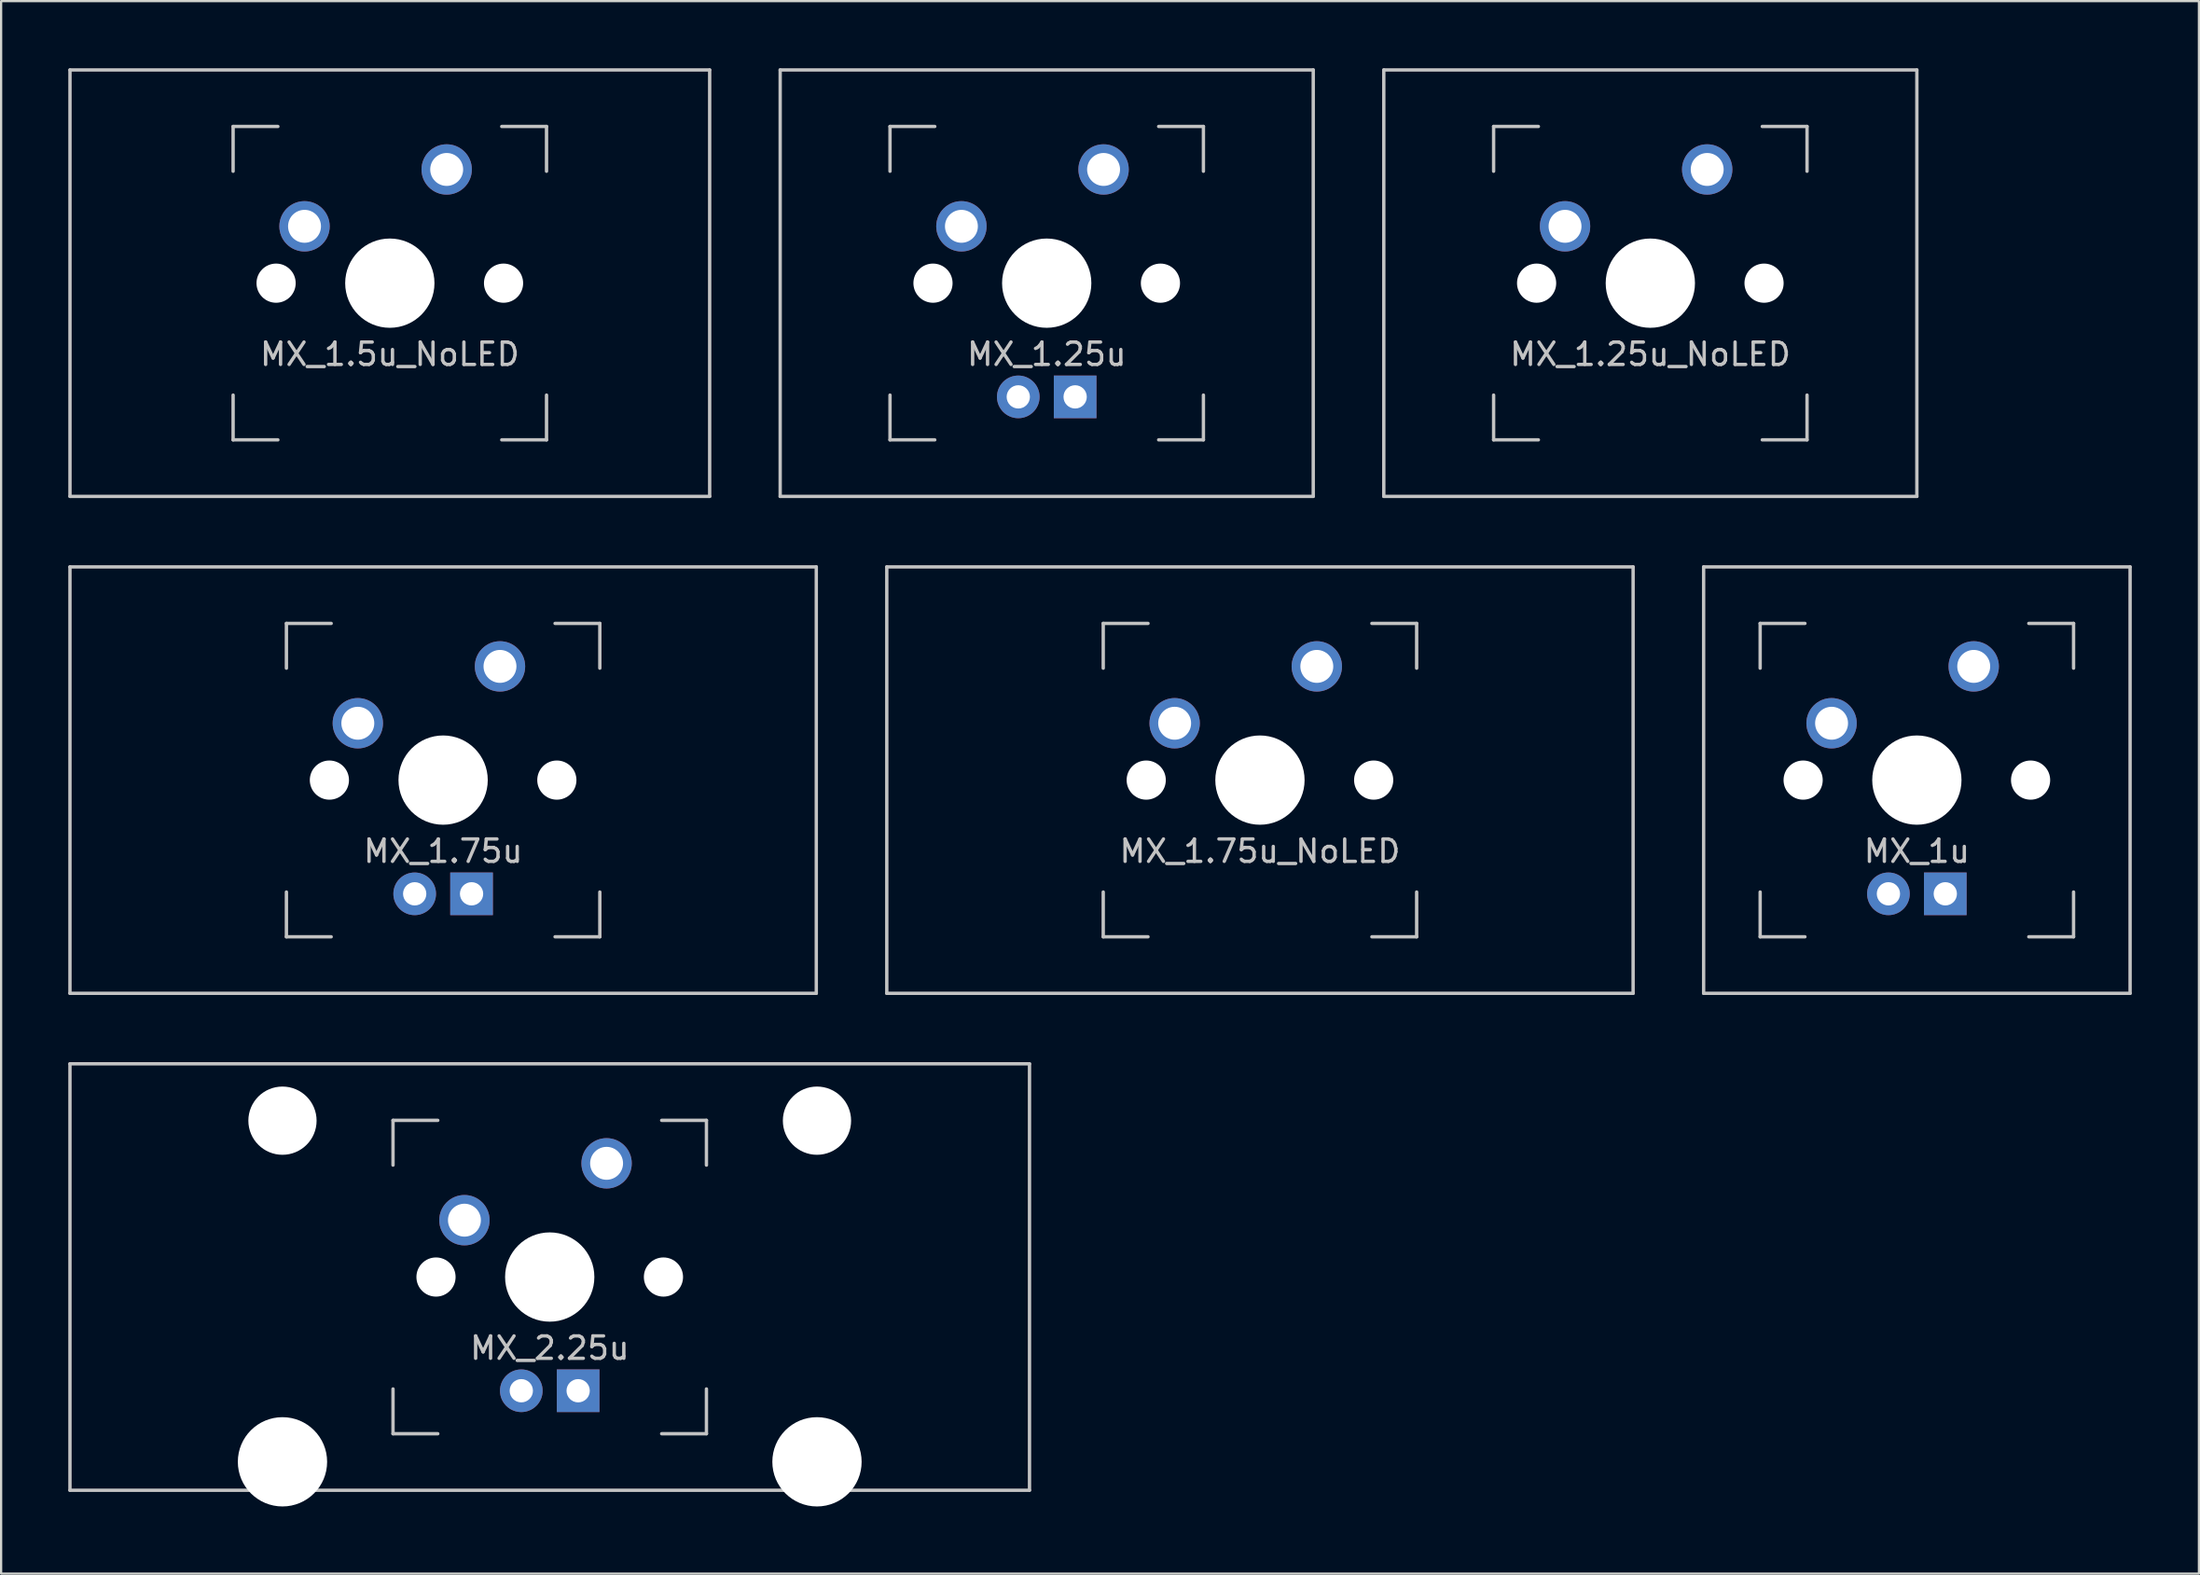
<source format=kicad_pcb>
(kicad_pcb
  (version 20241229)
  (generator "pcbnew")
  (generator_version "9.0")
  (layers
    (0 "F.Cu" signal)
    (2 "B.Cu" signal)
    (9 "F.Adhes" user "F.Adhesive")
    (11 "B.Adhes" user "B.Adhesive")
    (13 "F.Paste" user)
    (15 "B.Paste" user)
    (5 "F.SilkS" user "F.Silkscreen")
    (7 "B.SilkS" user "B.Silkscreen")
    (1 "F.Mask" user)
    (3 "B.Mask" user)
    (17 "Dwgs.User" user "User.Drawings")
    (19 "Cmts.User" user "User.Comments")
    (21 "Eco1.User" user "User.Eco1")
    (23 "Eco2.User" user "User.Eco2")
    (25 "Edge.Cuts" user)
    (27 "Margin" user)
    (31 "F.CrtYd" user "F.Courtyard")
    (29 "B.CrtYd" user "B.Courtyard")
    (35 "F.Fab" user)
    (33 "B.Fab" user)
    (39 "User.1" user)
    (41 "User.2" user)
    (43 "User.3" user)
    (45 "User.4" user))
  (footprint "MX_2.25u"
    (layer "F.Cu")
    (at 21.506 54)
    (property "Reference" "MX_2.25u" (at 0 3.175 0) (layer "Dwgs.User") (effects (font (size 1 1) (thickness 0.15))))
    (attr through_hole)
    (fp_line (start -21.431 -9.525) (end 21.431 -9.525) (stroke (width 0.15) (type solid)) (layer "Dwgs.User"))
    (fp_line (start -21.431 9.525) (end -21.431 -9.525) (stroke (width 0.15) (type solid)) (layer "Dwgs.User"))
    (fp_line (start -21.431 9.525) (end 21.431 9.525) (stroke (width 0.15) (type solid)) (layer "Dwgs.User"))
    (fp_line (start -7 -7) (end -7 -5) (stroke (width 0.15) (type solid)) (layer "Dwgs.User"))
    (fp_line (start -7 5) (end -7 7) (stroke (width 0.15) (type solid)) (layer "Dwgs.User"))
    (fp_line (start -7 7) (end -5 7) (stroke (width 0.15) (type solid)) (layer "Dwgs.User"))
    (fp_line (start -5 -7) (end -7 -7) (stroke (width 0.15) (type solid)) (layer "Dwgs.User"))
    (fp_line (start 5 -7) (end 7 -7) (stroke (width 0.15) (type solid)) (layer "Dwgs.User"))
    (fp_line (start 5 7) (end 7 7) (stroke (width 0.15) (type solid)) (layer "Dwgs.User"))
    (fp_line (start 7 -7) (end 7 -5) (stroke (width 0.15) (type solid)) (layer "Dwgs.User"))
    (fp_line (start 7 7) (end 7 5) (stroke (width 0.15) (type solid)) (layer "Dwgs.User"))
    (fp_line (start 21.431 -9.525) (end 21.431 9.525) (stroke (width 0.15) (type solid)) (layer "Dwgs.User"))
    (pad "" np_thru_hole circle (at -11.938 -6.985) (size 3.048 3.048) (drill 3.048) (layers "*.Cu" "*.Mask"))
    (pad "" np_thru_hole circle (at -11.938 8.255) (size 3.988 3.988) (drill 3.988) (layers "*.Cu" "*.Mask"))
    (pad "" np_thru_hole circle (at -5.08 0 48.1) (size 1.75 1.75) (drill 1.75) (layers "*.Cu" "*.Mask"))
    (pad "" np_thru_hole circle (at 0 0) (size 3.988 3.988) (drill 3.988) (layers "*.Cu" "*.Mask"))
    (pad "" np_thru_hole circle (at 5.08 0 48.1) (size 1.75 1.75) (drill 1.75) (layers "*.Cu" "*.Mask"))
    (pad "" np_thru_hole circle (at 11.938 -6.985) (size 3.048 3.048) (drill 3.048) (layers "*.Cu" "*.Mask"))
    (pad "" np_thru_hole circle (at 11.938 8.255) (size 3.988 3.988) (drill 3.988) (layers "*.Cu" "*.Mask"))
    (pad "1" thru_hole circle (at -3.81 -2.54) (size 2.25 2.25) (drill 1.47) (layers "*.Cu" "B.Mask"))
    (pad "2" thru_hole circle (at 2.54 -5.08) (size 2.25 2.25) (drill 1.47) (layers "*.Cu" "B.Mask"))
    (pad "3" thru_hole circle (at -1.27 5.08) (size 1.905 1.905) (drill 1.04) (layers "*.Cu" "B.Mask"))
    (pad "4" thru_hole rect (at 1.27 5.08) (size 1.905 1.905) (drill 1.04) (layers "*.Cu" "B.Mask")))
  (footprint "MX_1.75u"
    (layer "F.Cu")
    (at 16.744 31.8)
    (property "Reference" "MX_1.75u" (at 0 3.175 0) (layer "Dwgs.User") (effects (font (size 1 1) (thickness 0.15))))
    (attr through_hole)
    (fp_line (start -16.669 -9.525) (end 16.669 -9.525) (stroke (width 0.15) (type solid)) (layer "Dwgs.User"))
    (fp_line (start -16.669 9.525) (end -16.669 -9.525) (stroke (width 0.15) (type solid)) (layer "Dwgs.User"))
    (fp_line (start -16.669 9.525) (end 16.669 9.525) (stroke (width 0.15) (type solid)) (layer "Dwgs.User"))
    (fp_line (start -7 -7) (end -7 -5) (stroke (width 0.15) (type solid)) (layer "Dwgs.User"))
    (fp_line (start -7 5) (end -7 7) (stroke (width 0.15) (type solid)) (layer "Dwgs.User"))
    (fp_line (start -7 7) (end -5 7) (stroke (width 0.15) (type solid)) (layer "Dwgs.User"))
    (fp_line (start -5 -7) (end -7 -7) (stroke (width 0.15) (type solid)) (layer "Dwgs.User"))
    (fp_line (start 5 -7) (end 7 -7) (stroke (width 0.15) (type solid)) (layer "Dwgs.User"))
    (fp_line (start 5 7) (end 7 7) (stroke (width 0.15) (type solid)) (layer "Dwgs.User"))
    (fp_line (start 7 -7) (end 7 -5) (stroke (width 0.15) (type solid)) (layer "Dwgs.User"))
    (fp_line (start 7 7) (end 7 5) (stroke (width 0.15) (type solid)) (layer "Dwgs.User"))
    (fp_line (start 16.669 -9.525) (end 16.669 9.525) (stroke (width 0.15) (type solid)) (layer "Dwgs.User"))
    (pad "" np_thru_hole circle (at -5.08 0 48.1) (size 1.75 1.75) (drill 1.75) (layers "*.Cu" "*.Mask"))
    (pad "" np_thru_hole circle (at 0 0) (size 3.988 3.988) (drill 3.988) (layers "*.Cu" "*.Mask"))
    (pad "" np_thru_hole circle (at 5.08 0 48.1) (size 1.75 1.75) (drill 1.75) (layers "*.Cu" "*.Mask"))
    (pad "1" thru_hole circle (at -3.81 -2.54) (size 2.25 2.25) (drill 1.47) (layers "*.Cu" "B.Mask"))
    (pad "2" thru_hole circle (at 2.54 -5.08) (size 2.25 2.25) (drill 1.47) (layers "*.Cu" "B.Mask"))
    (pad "3" thru_hole circle (at -1.27 5.08) (size 1.905 1.905) (drill 1.04) (layers "*.Cu" "B.Mask"))
    (pad "4" thru_hole rect (at 1.27 5.08) (size 1.905 1.905) (drill 1.04) (layers "*.Cu" "B.Mask")))
  (footprint "MX_1.5u_NoLED"
    (layer "F.Cu")
    (at 14.363 9.6)
    (property "Reference" "MX_1.5u_NoLED" (at 0 3.175 0) (layer "Dwgs.User") (effects (font (size 1 1) (thickness 0.15))))
    (attr through_hole)
    (fp_line (start -14.287 -9.525) (end 14.287 -9.525) (stroke (width 0.15) (type solid)) (layer "Dwgs.User"))
    (fp_line (start -14.287 9.525) (end -14.287 -9.525) (stroke (width 0.15) (type solid)) (layer "Dwgs.User"))
    (fp_line (start -14.287 9.525) (end 14.287 9.525) (stroke (width 0.15) (type solid)) (layer "Dwgs.User"))
    (fp_line (start -7 -7) (end -7 -5) (stroke (width 0.15) (type solid)) (layer "Dwgs.User"))
    (fp_line (start -7 5) (end -7 7) (stroke (width 0.15) (type solid)) (layer "Dwgs.User"))
    (fp_line (start -7 7) (end -5 7) (stroke (width 0.15) (type solid)) (layer "Dwgs.User"))
    (fp_line (start -5 -7) (end -7 -7) (stroke (width 0.15) (type solid)) (layer "Dwgs.User"))
    (fp_line (start 5 -7) (end 7 -7) (stroke (width 0.15) (type solid)) (layer "Dwgs.User"))
    (fp_line (start 5 7) (end 7 7) (stroke (width 0.15) (type solid)) (layer "Dwgs.User"))
    (fp_line (start 7 -7) (end 7 -5) (stroke (width 0.15) (type solid)) (layer "Dwgs.User"))
    (fp_line (start 7 7) (end 7 5) (stroke (width 0.15) (type solid)) (layer "Dwgs.User"))
    (fp_line (start 14.287 -9.525) (end 14.287 9.525) (stroke (width 0.15) (type solid)) (layer "Dwgs.User"))
    (pad "" np_thru_hole circle (at -5.08 0 48.1) (size 1.75 1.75) (drill 1.75) (layers "*.Cu" "*.Mask"))
    (pad "" np_thru_hole circle (at 0 0) (size 3.988 3.988) (drill 3.988) (layers "*.Cu" "*.Mask"))
    (pad "" np_thru_hole circle (at 5.08 0 48.1) (size 1.75 1.75) (drill 1.75) (layers "*.Cu" "*.Mask"))
    (pad "1" thru_hole circle (at -3.81 -2.54) (size 2.25 2.25) (drill 1.47) (layers "*.Cu" "B.Mask"))
    (pad "2" thru_hole circle (at 2.54 -5.08) (size 2.25 2.25) (drill 1.47) (layers "*.Cu" "B.Mask")))
  (footprint "MX_1.25u"
    (layer "F.Cu")
    (at 43.706 9.6)
    (property "Reference" "MX_1.25u" (at 0 3.175 0) (layer "Dwgs.User") (effects (font (size 1 1) (thickness 0.15))))
    (attr through_hole)
    (fp_line (start -11.906 -9.525) (end 11.906 -9.525) (stroke (width 0.15) (type solid)) (layer "Dwgs.User"))
    (fp_line (start -11.906 9.525) (end -11.906 -9.525) (stroke (width 0.15) (type solid)) (layer "Dwgs.User"))
    (fp_line (start -11.906 9.525) (end 11.906 9.525) (stroke (width 0.15) (type solid)) (layer "Dwgs.User"))
    (fp_line (start -7 -7) (end -7 -5) (stroke (width 0.15) (type solid)) (layer "Dwgs.User"))
    (fp_line (start -7 5) (end -7 7) (stroke (width 0.15) (type solid)) (layer "Dwgs.User"))
    (fp_line (start -7 7) (end -5 7) (stroke (width 0.15) (type solid)) (layer "Dwgs.User"))
    (fp_line (start -5 -7) (end -7 -7) (stroke (width 0.15) (type solid)) (layer "Dwgs.User"))
    (fp_line (start 5 -7) (end 7 -7) (stroke (width 0.15) (type solid)) (layer "Dwgs.User"))
    (fp_line (start 5 7) (end 7 7) (stroke (width 0.15) (type solid)) (layer "Dwgs.User"))
    (fp_line (start 7 -7) (end 7 -5) (stroke (width 0.15) (type solid)) (layer "Dwgs.User"))
    (fp_line (start 7 7) (end 7 5) (stroke (width 0.15) (type solid)) (layer "Dwgs.User"))
    (fp_line (start 11.906 -9.525) (end 11.906 9.525) (stroke (width 0.15) (type solid)) (layer "Dwgs.User"))
    (pad "" np_thru_hole circle (at -5.08 0 48.1) (size 1.75 1.75) (drill 1.75) (layers "*.Cu" "*.Mask"))
    (pad "" np_thru_hole circle (at 0 0) (size 3.988 3.988) (drill 3.988) (layers "*.Cu" "*.Mask"))
    (pad "" np_thru_hole circle (at 5.08 0 48.1) (size 1.75 1.75) (drill 1.75) (layers "*.Cu" "*.Mask"))
    (pad "1" thru_hole circle (at -3.81 -2.54) (size 2.25 2.25) (drill 1.47) (layers "*.Cu" "B.Mask"))
    (pad "2" thru_hole circle (at 2.54 -5.08) (size 2.25 2.25) (drill 1.47) (layers "*.Cu" "B.Mask"))
    (pad "3" thru_hole circle (at -1.27 5.08) (size 1.905 1.905) (drill 1.04) (layers "*.Cu" "B.Mask"))
    (pad "4" thru_hole rect (at 1.27 5.08) (size 1.905 1.905) (drill 1.04) (layers "*.Cu" "B.Mask")))
  (footprint "MX_1.75u_NoLED"
    (layer "F.Cu")
    (at 53.231 31.8)
    (property "Reference" "MX_1.75u_NoLED" (at 0 3.175 0) (layer "Dwgs.User") (effects (font (size 1 1) (thickness 0.15))))
    (attr through_hole)
    (fp_line (start -16.669 -9.525) (end 16.669 -9.525) (stroke (width 0.15) (type solid)) (layer "Dwgs.User"))
    (fp_line (start -16.669 9.525) (end -16.669 -9.525) (stroke (width 0.15) (type solid)) (layer "Dwgs.User"))
    (fp_line (start -16.669 9.525) (end 16.669 9.525) (stroke (width 0.15) (type solid)) (layer "Dwgs.User"))
    (fp_line (start -7 -7) (end -7 -5) (stroke (width 0.15) (type solid)) (layer "Dwgs.User"))
    (fp_line (start -7 5) (end -7 7) (stroke (width 0.15) (type solid)) (layer "Dwgs.User"))
    (fp_line (start -7 7) (end -5 7) (stroke (width 0.15) (type solid)) (layer "Dwgs.User"))
    (fp_line (start -5 -7) (end -7 -7) (stroke (width 0.15) (type solid)) (layer "Dwgs.User"))
    (fp_line (start 5 -7) (end 7 -7) (stroke (width 0.15) (type solid)) (layer "Dwgs.User"))
    (fp_line (start 5 7) (end 7 7) (stroke (width 0.15) (type solid)) (layer "Dwgs.User"))
    (fp_line (start 7 -7) (end 7 -5) (stroke (width 0.15) (type solid)) (layer "Dwgs.User"))
    (fp_line (start 7 7) (end 7 5) (stroke (width 0.15) (type solid)) (layer "Dwgs.User"))
    (fp_line (start 16.669 -9.525) (end 16.669 9.525) (stroke (width 0.15) (type solid)) (layer "Dwgs.User"))
    (pad "" np_thru_hole circle (at -5.08 0 48.1) (size 1.75 1.75) (drill 1.75) (layers "*.Cu" "*.Mask"))
    (pad "" np_thru_hole circle (at 0 0) (size 3.988 3.988) (drill 3.988) (layers "*.Cu" "*.Mask"))
    (pad "" np_thru_hole circle (at 5.08 0 48.1) (size 1.75 1.75) (drill 1.75) (layers "*.Cu" "*.Mask"))
    (pad "1" thru_hole circle (at -3.81 -2.54) (size 2.25 2.25) (drill 1.47) (layers "*.Cu" "B.Mask"))
    (pad "2" thru_hole circle (at 2.54 -5.08) (size 2.25 2.25) (drill 1.47) (layers "*.Cu" "B.Mask")))
  (footprint "MX_1.25u_NoLED"
    (layer "F.Cu")
    (at 70.669 9.6)
    (property "Reference" "MX_1.25u_NoLED" (at 0 3.175 0) (layer "Dwgs.User") (effects (font (size 1 1) (thickness 0.15))))
    (attr through_hole)
    (fp_line (start -11.906 -9.525) (end 11.906 -9.525) (stroke (width 0.15) (type solid)) (layer "Dwgs.User"))
    (fp_line (start -11.906 9.525) (end -11.906 -9.525) (stroke (width 0.15) (type solid)) (layer "Dwgs.User"))
    (fp_line (start -11.906 9.525) (end 11.906 9.525) (stroke (width 0.15) (type solid)) (layer "Dwgs.User"))
    (fp_line (start -7 -7) (end -7 -5) (stroke (width 0.15) (type solid)) (layer "Dwgs.User"))
    (fp_line (start -7 5) (end -7 7) (stroke (width 0.15) (type solid)) (layer "Dwgs.User"))
    (fp_line (start -7 7) (end -5 7) (stroke (width 0.15) (type solid)) (layer "Dwgs.User"))
    (fp_line (start -5 -7) (end -7 -7) (stroke (width 0.15) (type solid)) (layer "Dwgs.User"))
    (fp_line (start 5 -7) (end 7 -7) (stroke (width 0.15) (type solid)) (layer "Dwgs.User"))
    (fp_line (start 5 7) (end 7 7) (stroke (width 0.15) (type solid)) (layer "Dwgs.User"))
    (fp_line (start 7 -7) (end 7 -5) (stroke (width 0.15) (type solid)) (layer "Dwgs.User"))
    (fp_line (start 7 7) (end 7 5) (stroke (width 0.15) (type solid)) (layer "Dwgs.User"))
    (fp_line (start 11.906 -9.525) (end 11.906 9.525) (stroke (width 0.15) (type solid)) (layer "Dwgs.User"))
    (pad "" np_thru_hole circle (at -5.08 0 48.1) (size 1.75 1.75) (drill 1.75) (layers "*.Cu" "*.Mask"))
    (pad "" np_thru_hole circle (at 0 0) (size 3.988 3.988) (drill 3.988) (layers "*.Cu" "*.Mask"))
    (pad "" np_thru_hole circle (at 5.08 0 48.1) (size 1.75 1.75) (drill 1.75) (layers "*.Cu" "*.Mask"))
    (pad "1" thru_hole circle (at -3.81 -2.54) (size 2.25 2.25) (drill 1.47) (layers "*.Cu" "B.Mask"))
    (pad "2" thru_hole circle (at 2.54 -5.08) (size 2.25 2.25) (drill 1.47) (layers "*.Cu" "B.Mask")))
  (footprint "MX_1u"
    (layer "F.Cu")
    (at 82.575 31.8)
    (property "Reference" "MX_1u" (at 0 3.175 0) (layer "Dwgs.User") (effects (font (size 1 1) (thickness 0.15))))
    (attr through_hole)
    (fp_line (start -9.525 -9.525) (end 9.525 -9.525) (stroke (width 0.15) (type solid)) (layer "Dwgs.User"))
    (fp_line (start -9.525 9.525) (end -9.525 -9.525) (stroke (width 0.15) (type solid)) (layer "Dwgs.User"))
    (fp_line (start -7 -7) (end -7 -5) (stroke (width 0.15) (type solid)) (layer "Dwgs.User"))
    (fp_line (start -7 5) (end -7 7) (stroke (width 0.15) (type solid)) (layer "Dwgs.User"))
    (fp_line (start -7 7) (end -5 7) (stroke (width 0.15) (type solid)) (layer "Dwgs.User"))
    (fp_line (start -5 -7) (end -7 -7) (stroke (width 0.15) (type solid)) (layer "Dwgs.User"))
    (fp_line (start 5 -7) (end 7 -7) (stroke (width 0.15) (type solid)) (layer "Dwgs.User"))
    (fp_line (start 5 7) (end 7 7) (stroke (width 0.15) (type solid)) (layer "Dwgs.User"))
    (fp_line (start 7 -7) (end 7 -5) (stroke (width 0.15) (type solid)) (layer "Dwgs.User"))
    (fp_line (start 7 7) (end 7 5) (stroke (width 0.15) (type solid)) (layer "Dwgs.User"))
    (fp_line (start 9.525 -9.525) (end 9.525 9.525) (stroke (width 0.15) (type solid)) (layer "Dwgs.User"))
    (fp_line (start 9.525 9.525) (end -9.525 9.525) (stroke (width 0.15) (type solid)) (layer "Dwgs.User"))
    (pad "" np_thru_hole circle (at -5.08 0 48.1) (size 1.75 1.75) (drill 1.75) (layers "*.Cu" "*.Mask"))
    (pad "" np_thru_hole circle (at 0 0) (size 3.988 3.988) (drill 3.988) (layers "*.Cu" "*.Mask"))
    (pad "" np_thru_hole circle (at 5.08 0 48.1) (size 1.75 1.75) (drill 1.75) (layers "*.Cu" "*.Mask"))
    (pad "1" thru_hole circle (at -3.81 -2.54) (size 2.25 2.25) (drill 1.47) (layers "*.Cu" "B.Mask"))
    (pad "2" thru_hole circle (at 2.54 -5.08) (size 2.25 2.25) (drill 1.47) (layers "*.Cu" "B.Mask"))
    (pad "3" thru_hole circle (at -1.27 5.08) (size 1.905 1.905) (drill 1.04) (layers "*.Cu" "B.Mask"))
    (pad "4" thru_hole rect (at 1.27 5.08) (size 1.905 1.905) (drill 1.04) (layers "*.Cu" "B.Mask")))
  (gr_rect
    (start -3 -3)
    (end 95.175 67.249)
    (stroke (width 0.1) (type default))
    (fill no)
    (layer "Edge.Cuts")))
</source>
